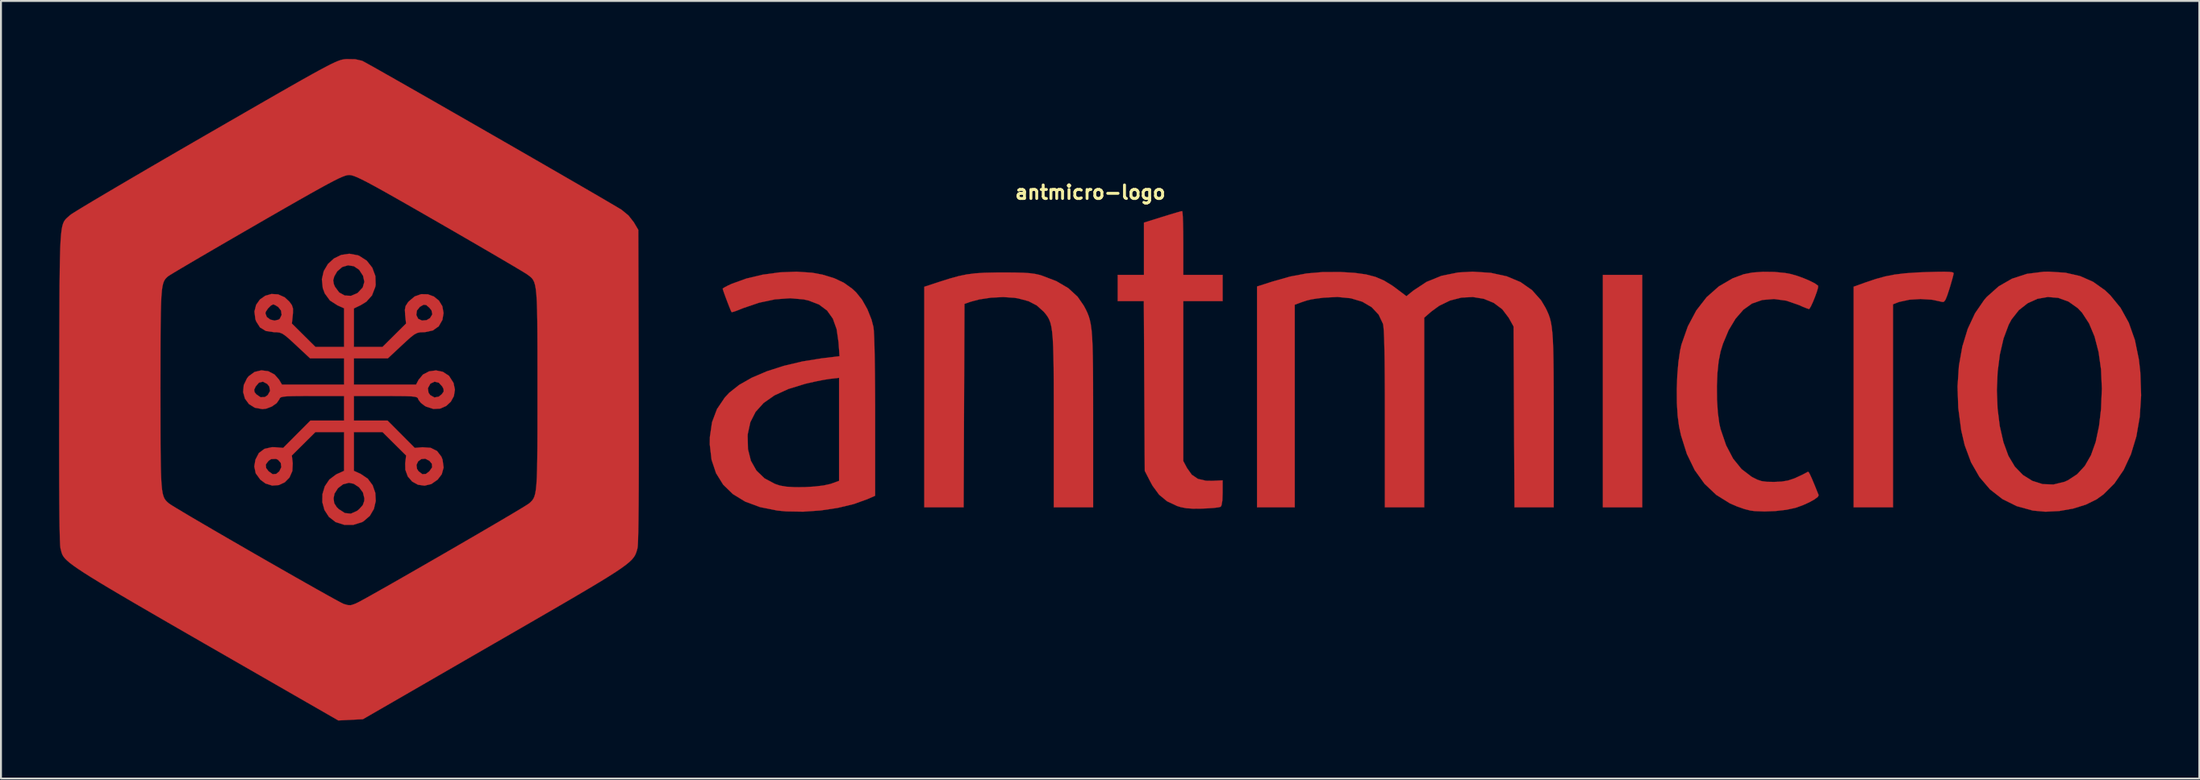
<source format=kicad_pcb>
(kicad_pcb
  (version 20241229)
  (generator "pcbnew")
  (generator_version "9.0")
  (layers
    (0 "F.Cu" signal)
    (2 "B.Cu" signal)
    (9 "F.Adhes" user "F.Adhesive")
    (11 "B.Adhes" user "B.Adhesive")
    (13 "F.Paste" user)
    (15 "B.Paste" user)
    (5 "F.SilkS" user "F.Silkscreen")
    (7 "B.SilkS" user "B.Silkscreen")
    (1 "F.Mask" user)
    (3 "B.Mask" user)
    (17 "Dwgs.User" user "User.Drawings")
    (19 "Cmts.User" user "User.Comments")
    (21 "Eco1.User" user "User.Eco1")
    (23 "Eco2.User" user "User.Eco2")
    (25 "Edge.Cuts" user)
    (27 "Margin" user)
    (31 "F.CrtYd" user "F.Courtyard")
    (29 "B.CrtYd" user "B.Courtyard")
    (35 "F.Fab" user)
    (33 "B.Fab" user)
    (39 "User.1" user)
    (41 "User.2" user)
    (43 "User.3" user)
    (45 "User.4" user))
  (footprint "antmicro-logo"
    (layer "F.Cu")
    (at 57.004 17.609)
    (property "Reference" "antmicro-logo" (at -7.701 -10.301 0) (layer "F.SilkS") (effects (font (size 0.7 0.7) (thickness 0.15)) (justify left bottom)))
    (fp_poly (pts (xy 24.774 5.579) (xy 22.742 5.579) (xy 22.742 -6.443) (xy 24.774 -6.443) (xy 24.774 5.579)) (stroke (width 0.01) (type solid)) (fill yes) (layer "F.Cu"))
    (fp_poly (pts (xy 40.647 -6.599) (xy 40.799 -6.578) (xy 40.858 -6.542) (xy 40.861 -6.531) (xy 40.837 -6.406) (xy 40.773 -6.165) (xy 40.681 -5.849) (xy 40.638 -5.712) (xy 40.525 -5.366) (xy 40.438 -5.157) (xy 40.363 -5.058) (xy 40.285 -5.042) (xy 40.266 -5.047) (xy 39.739 -5.159) (xy 39.151 -5.196) (xy 38.569 -5.159) (xy 38.058 -5.048) (xy 37.961 -5.014) (xy 37.728 -4.923) (xy 37.728 5.579) (xy 35.696 5.579) (xy 35.696 -5.833) (xy 36.31 -6.053) (xy 36.843 -6.232) (xy 37.331 -6.366) (xy 37.82 -6.461) (xy 38.357 -6.526) (xy 38.987 -6.569) (xy 39.443 -6.587) (xy 39.988 -6.603) (xy 40.383 -6.607) (xy 40.647 -6.599)) (stroke (width 0.01) (type solid)) (fill yes) (layer "F.Cu"))
    (fp_poly (pts (xy 1.028 -9.665) (xy 1.043 -9.441) (xy 1.056 -9.099) (xy 1.064 -8.664) (xy 1.067 -8.163) (xy 1.068 -8.094) (xy 1.068 -6.443) (xy 3.1 -6.443) (xy 3.1 -5.088) (xy 1.068 -5.088) (xy 1.068 3.182) (xy 1.26 3.546) (xy 1.508 3.893) (xy 1.826 4.108) (xy 2.241 4.203) (xy 2.571 4.208) (xy 3.1 4.182) (xy 3.1 4.834) (xy 3.085 5.235) (xy 3.041 5.478) (xy 2.994 5.551) (xy 2.868 5.582) (xy 2.615 5.611) (xy 2.276 5.633) (xy 2.041 5.643) (xy 1.577 5.647) (xy 1.227 5.624) (xy 0.937 5.568) (xy 0.746 5.508) (xy 0.231 5.265) (xy -0.179 4.927) (xy -0.519 4.464) (xy -0.626 4.268) (xy -0.922 3.692) (xy -0.946 -0.698) (xy -0.97 -5.088) (xy -2.319 -5.088) (xy -2.319 -6.443) (xy -0.964 -6.443) (xy -0.964 -9.147) (xy -0.006 -9.446) (xy 0.373 -9.563) (xy 0.691 -9.658) (xy 0.915 -9.722) (xy 1.01 -9.745) (xy 1.028 -9.665)) (stroke (width 0.01) (type solid)) (fill yes) (layer "F.Cu"))
    (fp_poly (pts (xy -7.659 -6.566) (xy -7.208 -6.554) (xy -6.862 -6.531) (xy -6.587 -6.494) (xy -6.351 -6.441) (xy -6.26 -6.414) (xy -5.492 -6.121) (xy -4.872 -5.756) (xy -4.39 -5.313) (xy -4.074 -4.854) (xy -3.972 -4.664) (xy -3.886 -4.484) (xy -3.814 -4.3) (xy -3.755 -4.097) (xy -3.707 -3.86) (xy -3.669 -3.573) (xy -3.641 -3.221) (xy -3.62 -2.791) (xy -3.606 -2.266) (xy -3.597 -1.631) (xy -3.592 -0.872) (xy -3.59 0.027) (xy -3.589 1.068) (xy -3.589 5.579) (xy -5.621 5.579) (xy -5.621 1.108) (xy -5.622 0.055) (xy -5.624 -0.843) (xy -5.629 -1.599) (xy -5.639 -2.229) (xy -5.654 -2.746) (xy -5.676 -3.165) (xy -5.707 -3.5) (xy -5.747 -3.765) (xy -5.798 -3.974) (xy -5.862 -4.141) (xy -5.939 -4.282) (xy -6.031 -4.409) (xy -6.139 -4.537) (xy -6.146 -4.544) (xy -6.496 -4.86) (xy -6.923 -5.082) (xy -7.463 -5.227) (xy -7.665 -5.259) (xy -8.233 -5.296) (xy -8.861 -5.265) (xy -9.471 -5.174) (xy -9.916 -5.055) (xy -10.235 -4.944) (xy -10.257 0.318) (xy -10.279 5.579) (xy -12.31 5.579) (xy -12.31 -5.829) (xy -11.527 -6.086) (xy -10.988 -6.256) (xy -10.53 -6.382) (xy -10.107 -6.469) (xy -9.675 -6.524) (xy -9.188 -6.555) (xy -8.6 -6.567) (xy -8.246 -6.569) (xy -7.659 -6.566)) (stroke (width 0.01) (type solid)) (fill yes) (layer "F.Cu"))
    (fp_poly (pts (xy 16.95 -6.549) (xy 17.776 -6.369) (xy 18.487 -6.071) (xy 19.079 -5.657) (xy 19.55 -5.128) (xy 19.775 -4.75) (xy 19.865 -4.567) (xy 19.941 -4.391) (xy 20.005 -4.206) (xy 20.057 -3.996) (xy 20.099 -3.748) (xy 20.132 -3.446) (xy 20.158 -3.075) (xy 20.176 -2.62) (xy 20.188 -2.067) (xy 20.196 -1.4) (xy 20.2 -0.603) (xy 20.202 0.337) (xy 20.202 1.096) (xy 20.202 5.579) (xy 18.176 5.579) (xy 18.152 0.902) (xy 18.128 -3.776) (xy 17.881 -4.222) (xy 17.545 -4.666) (xy 17.108 -4.994) (xy 16.594 -5.205) (xy 16.03 -5.298) (xy 15.439 -5.269) (xy 14.847 -5.118) (xy 14.279 -4.841) (xy 13.873 -4.542) (xy 13.513 -4.229) (xy 13.513 5.579) (xy 11.481 5.579) (xy 11.481 0.996) (xy 11.48 -0.154) (xy 11.475 -1.14) (xy 11.468 -1.968) (xy 11.457 -2.643) (xy 11.443 -3.171) (xy 11.425 -3.558) (xy 11.403 -3.808) (xy 11.385 -3.91) (xy 11.158 -4.389) (xy 10.799 -4.772) (xy 10.317 -5.055) (xy 9.725 -5.233) (xy 9.032 -5.301) (xy 8.33 -5.265) (xy 7.947 -5.218) (xy 7.673 -5.174) (xy 7.446 -5.119) (xy 7.206 -5.04) (xy 7.058 -4.986) (xy 6.825 -4.899) (xy 6.825 5.579) (xy 4.878 5.579) (xy 4.878 -5.843) (xy 5.684 -6.101) (xy 6.592 -6.358) (xy 7.441 -6.518) (xy 8.302 -6.592) (xy 9.195 -6.591) (xy 9.913 -6.549) (xy 10.5 -6.468) (xy 10.996 -6.339) (xy 11.438 -6.149) (xy 11.863 -5.889) (xy 12.038 -5.761) (xy 12.594 -5.341) (xy 12.948 -5.628) (xy 13.633 -6.081) (xy 14.403 -6.394) (xy 15.264 -6.568) (xy 16.011 -6.61) (xy 16.95 -6.549)) (stroke (width 0.01) (type solid)) (fill yes) (layer "F.Cu"))
    (fp_poly (pts (xy 46.634 -6.555) (xy 47.391 -6.382) (xy 48.061 -6.086) (xy 48.666 -5.657) (xy 48.946 -5.395) (xy 49.482 -4.739) (xy 49.907 -3.968) (xy 50.222 -3.076) (xy 50.43 -2.059) (xy 50.503 -1.4) (xy 50.544 -0.216) (xy 50.474 0.891) (xy 50.298 1.911) (xy 50.019 2.833) (xy 49.641 3.647) (xy 49.166 4.342) (xy 48.599 4.908) (xy 48.247 5.162) (xy 47.692 5.437) (xy 47.032 5.643) (xy 46.318 5.768) (xy 45.604 5.805) (xy 44.954 5.746) (xy 44.119 5.517) (xy 43.379 5.15) (xy 42.736 4.647) (xy 42.196 4.012) (xy 41.759 3.25) (xy 41.43 2.362) (xy 41.251 1.59) (xy 41.1 0.443) (xy 41.068 -0.478) (xy 43.092 -0.478) (xy 43.129 0.467) (xy 43.242 1.376) (xy 43.432 2.211) (xy 43.689 2.916) (xy 44.02 3.472) (xy 44.44 3.907) (xy 44.927 4.211) (xy 45.46 4.378) (xy 46.019 4.397) (xy 46.58 4.26) (xy 46.767 4.177) (xy 47.243 3.864) (xy 47.637 3.436) (xy 47.954 2.883) (xy 48.198 2.198) (xy 48.372 1.371) (xy 48.474 0.499) (xy 48.517 -0.563) (xy 48.474 -1.552) (xy 48.347 -2.454) (xy 48.14 -3.253) (xy 47.855 -3.935) (xy 47.497 -4.484) (xy 47.275 -4.721) (xy 46.792 -5.063) (xy 46.267 -5.254) (xy 45.725 -5.3) (xy 45.189 -5.206) (xy 44.683 -4.977) (xy 44.229 -4.62) (xy 43.851 -4.14) (xy 43.705 -3.869) (xy 43.438 -3.155) (xy 43.247 -2.326) (xy 43.132 -1.422) (xy 43.092 -0.478) (xy 41.068 -0.478) (xy 41.062 -0.672) (xy 41.132 -1.737) (xy 41.309 -2.735) (xy 41.587 -3.648) (xy 41.965 -4.458) (xy 42.438 -5.148) (xy 42.578 -5.308) (xy 43.186 -5.85) (xy 43.874 -6.246) (xy 44.646 -6.497) (xy 45.507 -6.606) (xy 45.768 -6.611) (xy 46.634 -6.555)) (stroke (width 0.01) (type solid)) (fill yes) (layer "F.Cu"))
    (fp_poly (pts (xy 31.592 -6.597) (xy 32.149 -6.543) (xy 32.459 -6.485) (xy 32.779 -6.393) (xy 33.122 -6.268) (xy 33.444 -6.129) (xy 33.702 -5.997) (xy 33.849 -5.889) (xy 33.861 -5.873) (xy 33.852 -5.768) (xy 33.791 -5.561) (xy 33.697 -5.301) (xy 33.59 -5.037) (xy 33.488 -4.818) (xy 33.411 -4.691) (xy 33.391 -4.677) (xy 33.286 -4.708) (xy 33.078 -4.791) (xy 32.868 -4.884) (xy 32.22 -5.109) (xy 31.579 -5.196) (xy 30.974 -5.145) (xy 30.443 -4.96) (xy 30 -4.643) (xy 29.594 -4.177) (xy 29.238 -3.584) (xy 28.944 -2.881) (xy 28.819 -2.476) (xy 28.721 -1.977) (xy 28.658 -1.362) (xy 28.63 -0.683) (xy 28.637 0.012) (xy 28.679 0.672) (xy 28.756 1.246) (xy 28.82 1.529) (xy 29.107 2.37) (xy 29.468 3.06) (xy 29.905 3.6) (xy 30.418 3.993) (xy 30.458 4.016) (xy 30.717 4.147) (xy 30.946 4.223) (xy 31.208 4.257) (xy 31.572 4.264) (xy 31.59 4.264) (xy 31.971 4.247) (xy 32.306 4.191) (xy 32.645 4.078) (xy 33.04 3.895) (xy 33.336 3.738) (xy 33.373 3.762) (xy 33.437 3.873) (xy 33.536 4.089) (xy 33.678 4.427) (xy 33.87 4.905) (xy 33.889 4.95) (xy 33.841 5.042) (xy 33.669 5.169) (xy 33.407 5.315) (xy 33.091 5.459) (xy 32.756 5.583) (xy 32.669 5.609) (xy 32.213 5.706) (xy 31.665 5.769) (xy 31.096 5.792) (xy 30.579 5.772) (xy 30.362 5.744) (xy 30.045 5.663) (xy 29.663 5.529) (xy 29.304 5.373) (xy 28.601 4.936) (xy 27.994 4.362) (xy 27.486 3.654) (xy 27.08 2.817) (xy 26.777 1.855) (xy 26.676 1.386) (xy 26.603 0.832) (xy 26.564 0.175) (xy 26.559 -0.537) (xy 26.586 -1.256) (xy 26.643 -1.934) (xy 26.729 -2.525) (xy 26.802 -2.845) (xy 27.131 -3.782) (xy 27.565 -4.599) (xy 28.1 -5.289) (xy 28.729 -5.846) (xy 29.446 -6.265) (xy 30.018 -6.477) (xy 30.463 -6.564) (xy 31.009 -6.604) (xy 31.592 -6.597)) (stroke (width 0.01) (type solid)) (fill yes) (layer "F.Cu"))
    (fp_poly (pts (xy -18.101 -6.555) (xy -17.565 -6.455) (xy -16.957 -6.268) (xy -16.466 -6.037) (xy -16.042 -5.734) (xy -15.833 -5.541) (xy -15.525 -5.157) (xy -15.249 -4.665) (xy -15.035 -4.127) (xy -14.936 -3.743) (xy -14.917 -3.552) (xy -14.899 -3.207) (xy -14.884 -2.72) (xy -14.871 -2.106) (xy -14.861 -1.379) (xy -14.854 -0.553) (xy -14.85 0.358) (xy -14.85 0.846) (xy -14.85 4.979) (xy -15.247 5.154) (xy -15.957 5.41) (xy -16.78 5.607) (xy -17.667 5.74) (xy -18.57 5.803) (xy -19.439 5.789) (xy -19.897 5.745) (xy -20.795 5.566) (xy -21.563 5.281) (xy -22.198 4.893) (xy -22.7 4.403) (xy -23.067 3.812) (xy -23.298 3.122) (xy -23.39 2.335) (xy -23.386 1.941) (xy -23.375 1.866) (xy -21.435 1.866) (xy -21.419 2.566) (xy -21.267 3.172) (xy -20.981 3.677) (xy -20.566 4.077) (xy -20.024 4.367) (xy -19.765 4.453) (xy -19.433 4.51) (xy -18.99 4.536) (xy -18.487 4.533) (xy -17.98 4.503) (xy -17.522 4.448) (xy -17.166 4.371) (xy -17.115 4.354) (xy -16.712 4.209) (xy -16.712 -1.121) (xy -17.199 -1.063) (xy -17.51 -1.014) (xy -17.912 -0.935) (xy -18.334 -0.84) (xy -18.467 -0.808) (xy -19.335 -0.541) (xy -20.048 -0.213) (xy -20.609 0.179) (xy -21.024 0.64) (xy -21.295 1.173) (xy -21.428 1.782) (xy -21.435 1.866) (xy -23.375 1.866) (xy -23.275 1.178) (xy -23.02 0.5) (xy -22.615 -0.101) (xy -22.385 -0.348) (xy -21.875 -0.752) (xy -21.22 -1.125) (xy -20.441 -1.458) (xy -19.56 -1.741) (xy -18.6 -1.968) (xy -17.582 -2.131) (xy -17.567 -2.132) (xy -16.689 -2.239) (xy -16.74 -2.958) (xy -16.838 -3.636) (xy -17.033 -4.18) (xy -17.333 -4.601) (xy -17.748 -4.91) (xy -18.285 -5.117) (xy -18.542 -5.175) (xy -19.242 -5.236) (xy -20.02 -5.178) (xy -20.84 -5.005) (xy -21.665 -4.725) (xy -21.738 -4.695) (xy -21.998 -4.592) (xy -22.189 -4.528) (xy -22.265 -4.517) (xy -22.308 -4.606) (xy -22.389 -4.805) (xy -22.49 -5.065) (xy -22.591 -5.335) (xy -22.674 -5.567) (xy -22.72 -5.71) (xy -22.724 -5.73) (xy -22.653 -5.785) (xy -22.469 -5.883) (xy -22.262 -5.979) (xy -21.502 -6.254) (xy -20.659 -6.454) (xy -19.781 -6.574) (xy -18.912 -6.609) (xy -18.101 -6.555)) (stroke (width 0.01) (type solid)) (fill yes) (layer "F.Cu"))
    (fp_poly (pts (xy -41.703 -17.596) (xy -41.353 -17.516) (xy -41.347 -17.514) (xy -41.237 -17.456) (xy -40.993 -17.321) (xy -40.628 -17.117) (xy -40.156 -16.849) (xy -39.589 -16.527) (xy -38.94 -16.157) (xy -38.222 -15.747) (xy -37.448 -15.304) (xy -36.631 -14.835) (xy -35.784 -14.349) (xy -34.919 -13.852) (xy -34.051 -13.353) (xy -33.19 -12.857) (xy -32.352 -12.374) (xy -31.548 -11.91) (xy -30.791 -11.472) (xy -30.095 -11.069) (xy -29.472 -10.707) (xy -28.936 -10.395) (xy -28.498 -10.138) (xy -28.173 -9.946) (xy -27.972 -9.825) (xy -27.949 -9.811) (xy -27.59 -9.516) (xy -27.314 -9.163) (xy -27.084 -8.772) (xy -27.061 -0.701) (xy -27.058 0.843) (xy -27.057 2.236) (xy -27.058 3.477) (xy -27.061 4.562) (xy -27.067 5.49) (xy -27.075 6.259) (xy -27.085 6.866) (xy -27.097 7.31) (xy -27.112 7.589) (xy -27.125 7.689) (xy -27.159 7.817) (xy -27.196 7.933) (xy -27.244 8.044) (xy -27.312 8.155) (xy -27.408 8.273) (xy -27.542 8.403) (xy -27.722 8.551) (xy -27.957 8.723) (xy -28.256 8.925) (xy -28.628 9.162) (xy -29.081 9.441) (xy -29.624 9.767) (xy -30.266 10.146) (xy -31.016 10.585) (xy -31.883 11.088) (xy -32.874 11.662) (xy -34 12.313) (xy -34.502 12.602) (xy -41.308 16.535) (xy -41.943 16.568) (xy -42.578 16.6) (xy -45.076 15.164) (xy -46.605 14.284) (xy -47.995 13.485) (xy -49.252 12.762) (xy -50.382 12.111) (xy -51.393 11.528) (xy -52.291 11.007) (xy -53.084 10.546) (xy -53.778 10.139) (xy -54.379 9.783) (xy -54.895 9.473) (xy -55.333 9.204) (xy -55.699 8.973) (xy -56 8.775) (xy -56.242 8.607) (xy -56.434 8.462) (xy -56.58 8.338) (xy -56.69 8.231) (xy -56.768 8.135) (xy -56.822 8.046) (xy -56.859 7.96) (xy -56.885 7.874) (xy -56.908 7.782) (xy -56.931 7.689) (xy -56.947 7.541) (xy -56.961 7.225) (xy -56.973 6.744) (xy -56.983 6.1) (xy -56.99 5.294) (xy -56.995 4.33) (xy -56.998 3.208) (xy -56.999 1.932) (xy -56.997 0.502) (xy -56.995 -0.517) (xy -51.765 -0.517) (xy -51.764 0.584) (xy -51.763 1.528) (xy -51.761 2.329) (xy -51.755 2.999) (xy -51.746 3.552) (xy -51.732 3.999) (xy -51.712 4.356) (xy -51.686 4.633) (xy -51.653 4.845) (xy -51.61 5.003) (xy -51.559 5.122) (xy -51.497 5.214) (xy -51.424 5.292) (xy -51.338 5.368) (xy -51.331 5.374) (xy -51.217 5.452) (xy -50.973 5.603) (xy -50.615 5.818) (xy -50.157 6.09) (xy -49.617 6.407) (xy -49.01 6.762) (xy -48.352 7.144) (xy -47.659 7.545) (xy -46.947 7.956) (xy -46.232 8.367) (xy -45.529 8.769) (xy -44.856 9.154) (xy -44.227 9.511) (xy -43.659 9.832) (xy -43.168 10.107) (xy -42.77 10.328) (xy -42.48 10.485) (xy -42.314 10.568) (xy -42.288 10.579) (xy -42.078 10.636) (xy -41.931 10.639) (xy -41.758 10.584) (xy -41.654 10.541) (xy -41.513 10.47) (xy -41.245 10.325) (xy -40.865 10.114) (xy -40.391 9.846) (xy -39.836 9.532) (xy -39.219 9.179) (xy -38.555 8.798) (xy -37.86 8.398) (xy -37.149 7.988) (xy -36.44 7.577) (xy -35.748 7.175) (xy -35.089 6.791) (xy -34.479 6.434) (xy -33.935 6.113) (xy -33.471 5.838) (xy -33.105 5.618) (xy -32.853 5.462) (xy -32.729 5.38) (xy -32.725 5.376) (xy -32.638 5.299) (xy -32.564 5.221) (xy -32.501 5.13) (xy -32.449 5.013) (xy -32.406 4.858) (xy -32.372 4.651) (xy -32.345 4.379) (xy -32.325 4.03) (xy -32.311 3.589) (xy -32.301 3.046) (xy -32.295 2.386) (xy -32.292 1.596) (xy -32.291 0.664) (xy -32.291 -0.423) (xy -32.291 -0.517) (xy -32.291 -1.622) (xy -32.292 -2.571) (xy -32.295 -3.376) (xy -32.3 -4.051) (xy -32.31 -4.607) (xy -32.325 -5.059) (xy -32.347 -5.418) (xy -32.376 -5.698) (xy -32.414 -5.912) (xy -32.461 -6.071) (xy -32.52 -6.191) (xy -32.59 -6.282) (xy -32.674 -6.358) (xy -32.772 -6.432) (xy -32.811 -6.461) (xy -32.936 -6.541) (xy -33.193 -6.697) (xy -33.569 -6.921) (xy -34.049 -7.204) (xy -34.621 -7.539) (xy -35.269 -7.917) (xy -35.98 -8.33) (xy -36.739 -8.77) (xy -37.379 -9.139) (xy -38.294 -9.666) (xy -39.075 -10.113) (xy -39.732 -10.487) (xy -40.279 -10.795) (xy -40.726 -11.042) (xy -41.086 -11.235) (xy -41.37 -11.38) (xy -41.59 -11.484) (xy -41.758 -11.552) (xy -41.885 -11.591) (xy -41.983 -11.607) (xy -42.019 -11.608) (xy -42.107 -11.6) (xy -42.22 -11.572) (xy -42.367 -11.517) (xy -42.562 -11.431) (xy -42.814 -11.305) (xy -43.137 -11.135) (xy -43.541 -10.914) (xy -44.038 -10.636) (xy -44.64 -10.295) (xy -45.357 -9.885) (xy -46.203 -9.399) (xy -46.794 -9.057) (xy -47.59 -8.597) (xy -48.346 -8.159) (xy -49.047 -7.751) (xy -49.681 -7.381) (xy -50.234 -7.056) (xy -50.693 -6.785) (xy -51.045 -6.575) (xy -51.277 -6.433) (xy -51.374 -6.369) (xy -51.452 -6.299) (xy -51.519 -6.225) (xy -51.575 -6.134) (xy -51.622 -6.013) (xy -51.661 -5.85) (xy -51.692 -5.631) (xy -51.716 -5.344) (xy -51.734 -4.975) (xy -51.747 -4.513) (xy -51.756 -3.943) (xy -51.761 -3.254) (xy -51.763 -2.432) (xy -51.764 -1.464) (xy -51.765 -0.517) (xy -56.995 -0.517) (xy -56.994 -0.701) (xy -56.991 -2.073) (xy -56.988 -3.286) (xy -56.984 -4.35) (xy -56.98 -5.276) (xy -56.975 -6.074) (xy -56.967 -6.754) (xy -56.956 -7.327) (xy -56.943 -7.803) (xy -56.925 -8.192) (xy -56.902 -8.505) (xy -56.874 -8.752) (xy -56.84 -8.943) (xy -56.799 -9.089) (xy -56.751 -9.2) (xy -56.695 -9.286) (xy -56.63 -9.357) (xy -56.556 -9.425) (xy -56.473 -9.499) (xy -56.437 -9.532) (xy -56.329 -9.608) (xy -56.085 -9.761) (xy -55.716 -9.986) (xy -55.232 -10.277) (xy -54.644 -10.626) (xy -53.963 -11.028) (xy -53.2 -11.476) (xy -52.365 -11.965) (xy -51.469 -12.487) (xy -50.523 -13.036) (xy -49.538 -13.606) (xy -49.433 -13.667) (xy -48.284 -14.33) (xy -47.272 -14.914) (xy -46.388 -15.423) (xy -45.622 -15.863) (xy -44.965 -16.238) (xy -44.407 -16.555) (xy -43.938 -16.817) (xy -43.549 -17.031) (xy -43.231 -17.201) (xy -42.974 -17.333) (xy -42.769 -17.431) (xy -42.605 -17.501) (xy -42.475 -17.548) (xy -42.367 -17.577) (xy -42.273 -17.593) (xy -42.183 -17.602) (xy -42.157 -17.604) (xy -41.703 -17.596)) (stroke (width 0.01) (type solid)) (fill yes) (layer "F.Cu"))
    (fp_poly (pts (xy -41.572 -7.457) (xy -41.496 -7.427) (xy -41.107 -7.175) (xy -40.824 -6.815) (xy -40.665 -6.387) (xy -40.65 -5.928) (xy -40.671 -5.815) (xy -40.839 -5.381) (xy -41.13 -5.056) (xy -41.423 -4.877) (xy -41.774 -4.708) (xy -41.774 -2.718) (xy -40.296 -2.718) (xy -39.688 -3.322) (xy -39.079 -3.927) (xy -39.124 -4.362) (xy -39.125 -4.371) (xy -38.55 -4.371) (xy -38.455 -4.174) (xy -38.258 -4.082) (xy -38.019 -4.102) (xy -37.843 -4.206) (xy -37.722 -4.404) (xy -37.764 -4.607) (xy -37.879 -4.75) (xy -38.04 -4.886) (xy -38.174 -4.9) (xy -38.355 -4.797) (xy -38.368 -4.787) (xy -38.518 -4.6) (xy -38.55 -4.371) (xy -39.125 -4.371) (xy -39.14 -4.641) (xy -39.103 -4.831) (xy -38.992 -5.006) (xy -38.942 -5.068) (xy -38.634 -5.328) (xy -38.296 -5.447) (xy -37.955 -5.44) (xy -37.641 -5.323) (xy -37.381 -5.112) (xy -37.205 -4.822) (xy -37.142 -4.469) (xy -37.201 -4.117) (xy -37.392 -3.783) (xy -37.698 -3.569) (xy -38.106 -3.481) (xy -38.176 -3.48) (xy -38.352 -3.474) (xy -38.499 -3.442) (xy -38.649 -3.365) (xy -38.835 -3.223) (xy -39.09 -2.995) (xy -39.297 -2.802) (xy -40.021 -2.125) (xy -41.774 -2.125) (xy -41.774 -0.771) (xy -38.561 -0.771) (xy -38.435 -1.013) (xy -38.206 -1.289) (xy -37.89 -1.454) (xy -37.533 -1.503) (xy -37.179 -1.431) (xy -36.876 -1.232) (xy -36.847 -1.201) (xy -36.628 -0.858) (xy -36.555 -0.508) (xy -36.608 -0.176) (xy -36.766 0.114) (xy -37.009 0.338) (xy -37.317 0.472) (xy -37.669 0.49) (xy -38.045 0.369) (xy -38.121 0.326) (xy -38.317 0.172) (xy -38.438 0.015) (xy -38.448 -0.013) (xy -38.472 -0.07) (xy -38.524 -0.112) (xy -38.626 -0.141) (xy -38.802 -0.16) (xy -39.074 -0.171) (xy -39.466 -0.176) (xy -39.999 -0.178) (xy -40.133 -0.178) (xy -41.774 -0.178) (xy -41.774 1.092) (xy -40.034 1.092) (xy -38.629 2.505) (xy -38.233 2.471) (xy -37.808 2.501) (xy -37.478 2.666) (xy -37.254 2.959) (xy -37.195 3.112) (xy -37.138 3.517) (xy -37.235 3.867) (xy -37.447 4.145) (xy -37.775 4.374) (xy -38.124 4.457) (xy -38.462 4.41) (xy -38.761 4.247) (xy -38.989 3.984) (xy -39.116 3.636) (xy -39.121 3.382) (xy -38.54 3.382) (xy -38.513 3.592) (xy -38.432 3.714) (xy -38.239 3.863) (xy -38.053 3.851) (xy -37.879 3.717) (xy -37.732 3.51) (xy -37.746 3.325) (xy -37.872 3.173) (xy -38.086 3.063) (xy -38.292 3.083) (xy -38.455 3.201) (xy -38.54 3.382) (xy -39.121 3.382) (xy -39.123 3.297) (xy -39.076 2.897) (xy -40.296 1.685) (xy -41.774 1.685) (xy -41.774 3.691) (xy -41.425 3.849) (xy -41.058 4.096) (xy -40.806 4.435) (xy -40.668 4.831) (xy -40.645 5.25) (xy -40.739 5.658) (xy -40.951 6.02) (xy -41.281 6.303) (xy -41.356 6.344) (xy -41.799 6.483) (xy -42.271 6.483) (xy -42.71 6.344) (xy -42.718 6.34) (xy -43.065 6.071) (xy -43.293 5.717) (xy -43.404 5.313) (xy -43.401 5.114) (xy -42.824 5.114) (xy -42.789 5.366) (xy -42.66 5.569) (xy -42.551 5.675) (xy -42.238 5.875) (xy -41.93 5.905) (xy -41.619 5.767) (xy -41.504 5.675) (xy -41.315 5.465) (xy -41.239 5.247) (xy -41.232 5.114) (xy -41.308 4.806) (xy -41.507 4.54) (xy -41.782 4.36) (xy -42.028 4.309) (xy -42.332 4.387) (xy -42.596 4.587) (xy -42.774 4.865) (xy -42.824 5.114) (xy -43.401 5.114) (xy -43.397 4.892) (xy -43.276 4.49) (xy -43.04 4.14) (xy -42.691 3.877) (xy -42.631 3.849) (xy -42.282 3.691) (xy -42.282 1.685) (xy -43.76 1.685) (xy -44.98 2.897) (xy -44.933 3.297) (xy -44.954 3.703) (xy -45.101 4.037) (xy -45.344 4.284) (xy -45.651 4.427) (xy -45.994 4.453) (xy -46.341 4.344) (xy -46.608 4.145) (xy -46.844 3.82) (xy -46.919 3.465) (xy -46.901 3.36) (xy -46.324 3.36) (xy -46.308 3.547) (xy -46.177 3.717) (xy -45.97 3.864) (xy -45.786 3.85) (xy -45.629 3.72) (xy -45.523 3.502) (xy -45.551 3.281) (xy -45.698 3.115) (xy -45.8 3.073) (xy -46.05 3.085) (xy -46.18 3.17) (xy -46.324 3.36) (xy -46.901 3.36) (xy -46.86 3.112) (xy -46.681 2.769) (xy -46.392 2.552) (xy -46.005 2.467) (xy -45.823 2.471) (xy -45.427 2.505) (xy -44.021 1.092) (xy -42.282 1.092) (xy -42.282 -0.178) (xy -43.927 -0.178) (xy -44.494 -0.177) (xy -44.914 -0.173) (xy -45.21 -0.164) (xy -45.406 -0.147) (xy -45.524 -0.12) (xy -45.588 -0.081) (xy -45.62 -0.027) (xy -45.628 -0.003) (xy -45.765 0.192) (xy -46.01 0.363) (xy -46.304 0.475) (xy -46.498 0.499) (xy -46.889 0.428) (xy -47.195 0.237) (xy -47.401 -0.044) (xy -47.495 -0.381) (xy -47.485 -0.497) (xy -46.927 -0.497) (xy -46.902 -0.375) (xy -46.817 -0.268) (xy -46.595 -0.115) (xy -46.369 -0.126) (xy -46.225 -0.226) (xy -46.103 -0.444) (xy -46.129 -0.586) (xy -37.951 -0.586) (xy -37.919 -0.349) (xy -37.831 -0.226) (xy -37.614 -0.104) (xy -37.387 -0.147) (xy -37.239 -0.268) (xy -37.136 -0.409) (xy -37.141 -0.536) (xy -37.207 -0.67) (xy -37.387 -0.866) (xy -37.602 -0.921) (xy -37.811 -0.826) (xy -37.826 -0.811) (xy -37.951 -0.586) (xy -46.129 -0.586) (xy -46.145 -0.672) (xy -46.255 -0.807) (xy -46.473 -0.921) (xy -46.679 -0.869) (xy -46.848 -0.67) (xy -46.927 -0.497) (xy -47.485 -0.497) (xy -47.464 -0.743) (xy -47.293 -1.097) (xy -47.209 -1.201) (xy -46.907 -1.422) (xy -46.554 -1.507) (xy -46.194 -1.461) (xy -45.869 -1.288) (xy -45.639 -1.023) (xy -45.49 -0.771) (xy -42.282 -0.771) (xy -42.282 -2.125) (xy -44.035 -2.125) (xy -44.759 -2.802) (xy -45.071 -3.092) (xy -45.295 -3.284) (xy -45.462 -3.4) (xy -45.607 -3.458) (xy -45.763 -3.478) (xy -45.903 -3.48) (xy -46.319 -3.541) (xy -46.624 -3.727) (xy -46.825 -4.044) (xy -46.863 -4.154) (xy -46.9 -4.46) (xy -46.346 -4.46) (xy -46.273 -4.266) (xy -46.094 -4.132) (xy -45.87 -4.078) (xy -45.659 -4.129) (xy -45.601 -4.174) (xy -45.506 -4.374) (xy -45.539 -4.602) (xy -45.687 -4.787) (xy -45.85 -4.886) (xy -45.941 -4.919) (xy -46.064 -4.856) (xy -46.21 -4.709) (xy -46.32 -4.545) (xy -46.346 -4.46) (xy -46.9 -4.46) (xy -46.911 -4.551) (xy -46.823 -4.895) (xy -46.627 -5.171) (xy -46.354 -5.362) (xy -46.031 -5.455) (xy -45.687 -5.435) (xy -45.352 -5.285) (xy -45.114 -5.068) (xy -44.978 -4.881) (xy -44.92 -4.704) (xy -44.922 -4.46) (xy -44.932 -4.362) (xy -44.977 -3.927) (xy -44.368 -3.322) (xy -43.76 -2.718) (xy -42.282 -2.718) (xy -42.282 -4.717) (xy -42.618 -4.866) (xy -43.013 -5.121) (xy -43.279 -5.485) (xy -43.382 -5.765) (xy -43.422 -6.163) (xy -42.843 -6.163) (xy -42.811 -5.969) (xy -42.75 -5.826) (xy -42.534 -5.534) (xy -42.245 -5.375) (xy -41.923 -5.359) (xy -41.604 -5.495) (xy -41.567 -5.523) (xy -41.317 -5.793) (xy -41.233 -6.085) (xy -41.3 -6.394) (xy -41.505 -6.711) (xy -41.776 -6.892) (xy -42.078 -6.938) (xy -42.376 -6.85) (xy -42.635 -6.628) (xy -42.786 -6.368) (xy -42.843 -6.163) (xy -43.422 -6.163) (xy -43.428 -6.22) (xy -43.331 -6.64) (xy -43.116 -7.004) (xy -42.808 -7.289) (xy -42.432 -7.474) (xy -42.011 -7.537) (xy -41.572 -7.457)) (stroke (width 0.01) (type solid)) (fill yes) (layer "F.Cu"))
    (fp_poly (pts (xy 24.774 5.579) (xy 22.742 5.579) (xy 22.742 -6.443) (xy 24.774 -6.443) (xy 24.774 5.579)) (stroke (width 0.01) (type solid)) (fill yes) (layer "F.Mask"))
    (fp_poly (pts (xy 40.647 -6.599) (xy 40.799 -6.578) (xy 40.858 -6.542) (xy 40.861 -6.531) (xy 40.837 -6.406) (xy 40.773 -6.165) (xy 40.681 -5.849) (xy 40.638 -5.712) (xy 40.525 -5.366) (xy 40.438 -5.157) (xy 40.363 -5.058) (xy 40.285 -5.042) (xy 40.266 -5.047) (xy 39.739 -5.159) (xy 39.151 -5.196) (xy 38.569 -5.159) (xy 38.058 -5.048) (xy 37.961 -5.014) (xy 37.728 -4.923) (xy 37.728 5.579) (xy 35.696 5.579) (xy 35.696 -5.833) (xy 36.31 -6.053) (xy 36.843 -6.232) (xy 37.331 -6.366) (xy 37.82 -6.461) (xy 38.357 -6.526) (xy 38.987 -6.569) (xy 39.443 -6.587) (xy 39.988 -6.603) (xy 40.383 -6.607) (xy 40.647 -6.599)) (stroke (width 0.01) (type solid)) (fill yes) (layer "F.Mask"))
    (fp_poly (pts (xy 1.028 -9.665) (xy 1.043 -9.441) (xy 1.056 -9.099) (xy 1.064 -8.664) (xy 1.067 -8.163) (xy 1.068 -8.094) (xy 1.068 -6.443) (xy 3.1 -6.443) (xy 3.1 -5.088) (xy 1.068 -5.088) (xy 1.068 3.182) (xy 1.26 3.546) (xy 1.508 3.893) (xy 1.826 4.108) (xy 2.241 4.203) (xy 2.571 4.208) (xy 3.1 4.182) (xy 3.1 4.834) (xy 3.085 5.235) (xy 3.041 5.478) (xy 2.994 5.551) (xy 2.868 5.582) (xy 2.615 5.611) (xy 2.276 5.633) (xy 2.041 5.643) (xy 1.577 5.647) (xy 1.227 5.624) (xy 0.937 5.568) (xy 0.746 5.508) (xy 0.231 5.265) (xy -0.179 4.927) (xy -0.519 4.464) (xy -0.626 4.268) (xy -0.922 3.692) (xy -0.946 -0.698) (xy -0.97 -5.088) (xy -2.319 -5.088) (xy -2.319 -6.443) (xy -0.964 -6.443) (xy -0.964 -9.147) (xy -0.006 -9.446) (xy 0.373 -9.563) (xy 0.691 -9.658) (xy 0.915 -9.722) (xy 1.01 -9.745) (xy 1.028 -9.665)) (stroke (width 0.01) (type solid)) (fill yes) (layer "F.Mask"))
    (fp_poly (pts (xy -7.659 -6.566) (xy -7.208 -6.554) (xy -6.862 -6.531) (xy -6.587 -6.494) (xy -6.351 -6.441) (xy -6.26 -6.414) (xy -5.492 -6.121) (xy -4.872 -5.756) (xy -4.39 -5.313) (xy -4.074 -4.854) (xy -3.972 -4.664) (xy -3.886 -4.484) (xy -3.814 -4.3) (xy -3.755 -4.097) (xy -3.707 -3.86) (xy -3.669 -3.573) (xy -3.641 -3.221) (xy -3.62 -2.791) (xy -3.606 -2.266) (xy -3.597 -1.631) (xy -3.592 -0.872) (xy -3.59 0.027) (xy -3.589 1.068) (xy -3.589 5.579) (xy -5.621 5.579) (xy -5.621 1.108) (xy -5.622 0.055) (xy -5.624 -0.843) (xy -5.629 -1.599) (xy -5.639 -2.229) (xy -5.654 -2.746) (xy -5.676 -3.165) (xy -5.707 -3.5) (xy -5.747 -3.765) (xy -5.798 -3.974) (xy -5.862 -4.141) (xy -5.939 -4.282) (xy -6.031 -4.409) (xy -6.139 -4.537) (xy -6.146 -4.544) (xy -6.496 -4.86) (xy -6.923 -5.082) (xy -7.463 -5.227) (xy -7.665 -5.259) (xy -8.233 -5.296) (xy -8.861 -5.265) (xy -9.471 -5.174) (xy -9.916 -5.055) (xy -10.235 -4.944) (xy -10.257 0.318) (xy -10.279 5.579) (xy -12.31 5.579) (xy -12.31 -5.829) (xy -11.527 -6.086) (xy -10.988 -6.256) (xy -10.53 -6.382) (xy -10.107 -6.469) (xy -9.675 -6.524) (xy -9.188 -6.555) (xy -8.6 -6.567) (xy -8.246 -6.569) (xy -7.659 -6.566)) (stroke (width 0.01) (type solid)) (fill yes) (layer "F.Mask"))
    (fp_poly (pts (xy 16.95 -6.549) (xy 17.776 -6.369) (xy 18.487 -6.071) (xy 19.079 -5.657) (xy 19.55 -5.128) (xy 19.775 -4.75) (xy 19.865 -4.567) (xy 19.941 -4.391) (xy 20.005 -4.206) (xy 20.057 -3.996) (xy 20.099 -3.748) (xy 20.132 -3.446) (xy 20.158 -3.075) (xy 20.176 -2.62) (xy 20.188 -2.067) (xy 20.196 -1.4) (xy 20.2 -0.603) (xy 20.202 0.337) (xy 20.202 1.096) (xy 20.202 5.579) (xy 18.176 5.579) (xy 18.152 0.902) (xy 18.128 -3.776) (xy 17.881 -4.222) (xy 17.545 -4.666) (xy 17.108 -4.994) (xy 16.594 -5.205) (xy 16.03 -5.298) (xy 15.439 -5.269) (xy 14.847 -5.118) (xy 14.279 -4.841) (xy 13.873 -4.542) (xy 13.513 -4.229) (xy 13.513 5.579) (xy 11.481 5.579) (xy 11.481 0.996) (xy 11.48 -0.154) (xy 11.475 -1.14) (xy 11.468 -1.968) (xy 11.457 -2.643) (xy 11.443 -3.171) (xy 11.425 -3.558) (xy 11.403 -3.808) (xy 11.385 -3.91) (xy 11.158 -4.389) (xy 10.799 -4.772) (xy 10.317 -5.055) (xy 9.725 -5.233) (xy 9.032 -5.301) (xy 8.33 -5.265) (xy 7.947 -5.218) (xy 7.673 -5.174) (xy 7.446 -5.119) (xy 7.206 -5.04) (xy 7.058 -4.986) (xy 6.825 -4.899) (xy 6.825 5.579) (xy 4.878 5.579) (xy 4.878 -5.843) (xy 5.684 -6.101) (xy 6.592 -6.358) (xy 7.441 -6.518) (xy 8.302 -6.592) (xy 9.195 -6.591) (xy 9.913 -6.549) (xy 10.5 -6.468) (xy 10.996 -6.339) (xy 11.438 -6.149) (xy 11.863 -5.889) (xy 12.038 -5.761) (xy 12.594 -5.341) (xy 12.948 -5.628) (xy 13.633 -6.081) (xy 14.403 -6.394) (xy 15.264 -6.568) (xy 16.011 -6.61) (xy 16.95 -6.549)) (stroke (width 0.01) (type solid)) (fill yes) (layer "F.Mask"))
    (fp_poly (pts (xy 46.634 -6.555) (xy 47.391 -6.382) (xy 48.061 -6.086) (xy 48.666 -5.657) (xy 48.946 -5.395) (xy 49.482 -4.739) (xy 49.907 -3.968) (xy 50.222 -3.076) (xy 50.43 -2.059) (xy 50.503 -1.4) (xy 50.544 -0.216) (xy 50.474 0.891) (xy 50.298 1.911) (xy 50.019 2.833) (xy 49.641 3.647) (xy 49.166 4.342) (xy 48.599 4.908) (xy 48.247 5.162) (xy 47.692 5.437) (xy 47.032 5.643) (xy 46.318 5.768) (xy 45.604 5.805) (xy 44.954 5.746) (xy 44.119 5.517) (xy 43.379 5.15) (xy 42.736 4.647) (xy 42.196 4.012) (xy 41.759 3.25) (xy 41.43 2.362) (xy 41.251 1.59) (xy 41.1 0.443) (xy 41.068 -0.478) (xy 43.092 -0.478) (xy 43.129 0.467) (xy 43.242 1.376) (xy 43.432 2.211) (xy 43.689 2.916) (xy 44.02 3.472) (xy 44.44 3.907) (xy 44.927 4.211) (xy 45.46 4.378) (xy 46.019 4.397) (xy 46.58 4.26) (xy 46.767 4.177) (xy 47.243 3.864) (xy 47.637 3.436) (xy 47.954 2.883) (xy 48.198 2.198) (xy 48.372 1.371) (xy 48.474 0.499) (xy 48.517 -0.563) (xy 48.474 -1.552) (xy 48.347 -2.454) (xy 48.14 -3.253) (xy 47.855 -3.935) (xy 47.497 -4.484) (xy 47.275 -4.721) (xy 46.792 -5.063) (xy 46.267 -5.254) (xy 45.725 -5.3) (xy 45.189 -5.206) (xy 44.683 -4.977) (xy 44.229 -4.62) (xy 43.851 -4.14) (xy 43.705 -3.869) (xy 43.438 -3.155) (xy 43.247 -2.326) (xy 43.132 -1.422) (xy 43.092 -0.478) (xy 41.068 -0.478) (xy 41.062 -0.672) (xy 41.132 -1.737) (xy 41.309 -2.735) (xy 41.587 -3.648) (xy 41.965 -4.458) (xy 42.438 -5.148) (xy 42.578 -5.308) (xy 43.186 -5.85) (xy 43.874 -6.246) (xy 44.646 -6.497) (xy 45.507 -6.606) (xy 45.768 -6.611) (xy 46.634 -6.555)) (stroke (width 0.01) (type solid)) (fill yes) (layer "F.Mask"))
    (fp_poly (pts (xy 31.592 -6.597) (xy 32.149 -6.543) (xy 32.459 -6.485) (xy 32.779 -6.393) (xy 33.122 -6.268) (xy 33.444 -6.129) (xy 33.702 -5.997) (xy 33.849 -5.889) (xy 33.861 -5.873) (xy 33.852 -5.768) (xy 33.791 -5.561) (xy 33.697 -5.301) (xy 33.59 -5.037) (xy 33.488 -4.818) (xy 33.411 -4.691) (xy 33.391 -4.677) (xy 33.286 -4.708) (xy 33.078 -4.791) (xy 32.868 -4.884) (xy 32.22 -5.109) (xy 31.579 -5.196) (xy 30.974 -5.145) (xy 30.443 -4.96) (xy 30 -4.643) (xy 29.594 -4.177) (xy 29.238 -3.584) (xy 28.944 -2.881) (xy 28.819 -2.476) (xy 28.721 -1.977) (xy 28.658 -1.362) (xy 28.63 -0.683) (xy 28.637 0.012) (xy 28.679 0.672) (xy 28.756 1.246) (xy 28.82 1.529) (xy 29.107 2.37) (xy 29.468 3.06) (xy 29.905 3.6) (xy 30.418 3.993) (xy 30.458 4.016) (xy 30.717 4.147) (xy 30.946 4.223) (xy 31.208 4.257) (xy 31.572 4.264) (xy 31.59 4.264) (xy 31.971 4.247) (xy 32.306 4.191) (xy 32.645 4.078) (xy 33.04 3.895) (xy 33.336 3.738) (xy 33.373 3.762) (xy 33.437 3.873) (xy 33.536 4.089) (xy 33.678 4.427) (xy 33.87 4.905) (xy 33.889 4.95) (xy 33.841 5.042) (xy 33.669 5.169) (xy 33.407 5.315) (xy 33.091 5.459) (xy 32.756 5.583) (xy 32.669 5.609) (xy 32.213 5.706) (xy 31.665 5.769) (xy 31.096 5.792) (xy 30.579 5.772) (xy 30.362 5.744) (xy 30.045 5.663) (xy 29.663 5.529) (xy 29.304 5.373) (xy 28.601 4.936) (xy 27.994 4.362) (xy 27.486 3.654) (xy 27.08 2.817) (xy 26.777 1.855) (xy 26.676 1.386) (xy 26.603 0.832) (xy 26.564 0.175) (xy 26.559 -0.537) (xy 26.586 -1.256) (xy 26.643 -1.934) (xy 26.729 -2.525) (xy 26.802 -2.845) (xy 27.131 -3.782) (xy 27.565 -4.599) (xy 28.1 -5.289) (xy 28.729 -5.846) (xy 29.446 -6.265) (xy 30.018 -6.477) (xy 30.463 -6.564) (xy 31.009 -6.604) (xy 31.592 -6.597)) (stroke (width 0.01) (type solid)) (fill yes) (layer "F.Mask"))
    (fp_poly (pts (xy -18.101 -6.555) (xy -17.565 -6.455) (xy -16.957 -6.268) (xy -16.466 -6.037) (xy -16.042 -5.734) (xy -15.833 -5.541) (xy -15.525 -5.157) (xy -15.249 -4.665) (xy -15.035 -4.127) (xy -14.936 -3.743) (xy -14.917 -3.552) (xy -14.899 -3.207) (xy -14.884 -2.72) (xy -14.871 -2.106) (xy -14.861 -1.379) (xy -14.854 -0.553) (xy -14.85 0.358) (xy -14.85 0.846) (xy -14.85 4.979) (xy -15.247 5.154) (xy -15.957 5.41) (xy -16.78 5.607) (xy -17.667 5.74) (xy -18.57 5.803) (xy -19.439 5.789) (xy -19.897 5.745) (xy -20.795 5.566) (xy -21.563 5.281) (xy -22.198 4.893) (xy -22.7 4.403) (xy -23.067 3.812) (xy -23.298 3.122) (xy -23.39 2.335) (xy -23.386 1.941) (xy -23.375 1.866) (xy -21.435 1.866) (xy -21.419 2.566) (xy -21.267 3.172) (xy -20.981 3.677) (xy -20.566 4.077) (xy -20.024 4.367) (xy -19.765 4.453) (xy -19.433 4.51) (xy -18.99 4.536) (xy -18.487 4.533) (xy -17.98 4.503) (xy -17.522 4.448) (xy -17.166 4.371) (xy -17.115 4.354) (xy -16.712 4.209) (xy -16.712 -1.121) (xy -17.199 -1.063) (xy -17.51 -1.014) (xy -17.912 -0.935) (xy -18.334 -0.84) (xy -18.467 -0.808) (xy -19.335 -0.541) (xy -20.048 -0.213) (xy -20.609 0.179) (xy -21.024 0.64) (xy -21.295 1.173) (xy -21.428 1.782) (xy -21.435 1.866) (xy -23.375 1.866) (xy -23.275 1.178) (xy -23.02 0.5) (xy -22.615 -0.101) (xy -22.385 -0.348) (xy -21.875 -0.752) (xy -21.22 -1.125) (xy -20.441 -1.458) (xy -19.56 -1.741) (xy -18.6 -1.968) (xy -17.582 -2.131) (xy -17.567 -2.132) (xy -16.689 -2.239) (xy -16.74 -2.958) (xy -16.838 -3.636) (xy -17.033 -4.18) (xy -17.333 -4.601) (xy -17.748 -4.91) (xy -18.285 -5.117) (xy -18.542 -5.175) (xy -19.242 -5.236) (xy -20.02 -5.178) (xy -20.84 -5.005) (xy -21.665 -4.725) (xy -21.738 -4.695) (xy -21.998 -4.592) (xy -22.189 -4.528) (xy -22.265 -4.517) (xy -22.308 -4.606) (xy -22.389 -4.805) (xy -22.49 -5.065) (xy -22.591 -5.335) (xy -22.674 -5.567) (xy -22.72 -5.71) (xy -22.724 -5.73) (xy -22.653 -5.785) (xy -22.469 -5.883) (xy -22.262 -5.979) (xy -21.502 -6.254) (xy -20.659 -6.454) (xy -19.781 -6.574) (xy -18.912 -6.609) (xy -18.101 -6.555)) (stroke (width 0.01) (type solid)) (fill yes) (layer "F.Mask"))
    (fp_poly (pts (xy -41.703 -17.596) (xy -41.353 -17.516) (xy -41.347 -17.514) (xy -41.237 -17.456) (xy -40.993 -17.321) (xy -40.628 -17.117) (xy -40.156 -16.849) (xy -39.589 -16.527) (xy -38.94 -16.157) (xy -38.222 -15.747) (xy -37.448 -15.304) (xy -36.631 -14.835) (xy -35.784 -14.349) (xy -34.919 -13.852) (xy -34.051 -13.353) (xy -33.19 -12.857) (xy -32.352 -12.374) (xy -31.548 -11.91) (xy -30.791 -11.472) (xy -30.095 -11.069) (xy -29.472 -10.707) (xy -28.936 -10.395) (xy -28.498 -10.138) (xy -28.173 -9.946) (xy -27.972 -9.825) (xy -27.949 -9.811) (xy -27.59 -9.516) (xy -27.314 -9.163) (xy -27.084 -8.772) (xy -27.061 -0.701) (xy -27.058 0.843) (xy -27.057 2.236) (xy -27.058 3.477) (xy -27.061 4.562) (xy -27.067 5.49) (xy -27.075 6.259) (xy -27.085 6.866) (xy -27.097 7.31) (xy -27.112 7.589) (xy -27.125 7.689) (xy -27.159 7.817) (xy -27.196 7.933) (xy -27.244 8.044) (xy -27.312 8.155) (xy -27.408 8.273) (xy -27.542 8.403) (xy -27.722 8.551) (xy -27.957 8.723) (xy -28.256 8.925) (xy -28.628 9.162) (xy -29.081 9.441) (xy -29.624 9.767) (xy -30.266 10.146) (xy -31.016 10.585) (xy -31.883 11.088) (xy -32.874 11.662) (xy -34 12.313) (xy -34.502 12.602) (xy -41.308 16.535) (xy -41.943 16.568) (xy -42.578 16.6) (xy -45.076 15.164) (xy -46.605 14.284) (xy -47.995 13.485) (xy -49.252 12.762) (xy -50.382 12.111) (xy -51.393 11.528) (xy -52.291 11.007) (xy -53.084 10.546) (xy -53.778 10.139) (xy -54.379 9.783) (xy -54.895 9.473) (xy -55.333 9.204) (xy -55.699 8.973) (xy -56 8.775) (xy -56.242 8.607) (xy -56.434 8.462) (xy -56.58 8.338) (xy -56.69 8.231) (xy -56.768 8.135) (xy -56.822 8.046) (xy -56.859 7.96) (xy -56.885 7.874) (xy -56.908 7.782) (xy -56.931 7.689) (xy -56.947 7.541) (xy -56.961 7.225) (xy -56.973 6.744) (xy -56.983 6.1) (xy -56.99 5.294) (xy -56.995 4.33) (xy -56.998 3.208) (xy -56.999 1.932) (xy -56.997 0.502) (xy -56.995 -0.517) (xy -51.765 -0.517) (xy -51.764 0.584) (xy -51.763 1.528) (xy -51.761 2.329) (xy -51.755 2.999) (xy -51.746 3.552) (xy -51.732 3.999) (xy -51.712 4.356) (xy -51.686 4.633) (xy -51.653 4.845) (xy -51.61 5.003) (xy -51.559 5.122) (xy -51.497 5.214) (xy -51.424 5.292) (xy -51.338 5.368) (xy -51.331 5.374) (xy -51.217 5.452) (xy -50.973 5.603) (xy -50.615 5.818) (xy -50.157 6.09) (xy -49.617 6.407) (xy -49.01 6.762) (xy -48.352 7.144) (xy -47.659 7.545) (xy -46.947 7.956) (xy -46.232 8.367) (xy -45.529 8.769) (xy -44.856 9.154) (xy -44.227 9.511) (xy -43.659 9.832) (xy -43.168 10.107) (xy -42.77 10.328) (xy -42.48 10.485) (xy -42.314 10.568) (xy -42.288 10.579) (xy -42.078 10.636) (xy -41.931 10.639) (xy -41.758 10.584) (xy -41.654 10.541) (xy -41.513 10.47) (xy -41.245 10.325) (xy -40.865 10.114) (xy -40.391 9.846) (xy -39.836 9.532) (xy -39.219 9.179) (xy -38.555 8.798) (xy -37.86 8.398) (xy -37.149 7.988) (xy -36.44 7.577) (xy -35.748 7.175) (xy -35.089 6.791) (xy -34.479 6.434) (xy -33.935 6.113) (xy -33.471 5.838) (xy -33.105 5.618) (xy -32.853 5.462) (xy -32.729 5.38) (xy -32.725 5.376) (xy -32.638 5.299) (xy -32.564 5.221) (xy -32.501 5.13) (xy -32.449 5.013) (xy -32.406 4.858) (xy -32.372 4.651) (xy -32.345 4.379) (xy -32.325 4.03) (xy -32.311 3.589) (xy -32.301 3.046) (xy -32.295 2.386) (xy -32.292 1.596) (xy -32.291 0.664) (xy -32.291 -0.423) (xy -32.291 -0.517) (xy -32.291 -1.622) (xy -32.292 -2.571) (xy -32.295 -3.376) (xy -32.3 -4.051) (xy -32.31 -4.607) (xy -32.325 -5.059) (xy -32.347 -5.418) (xy -32.376 -5.698) (xy -32.414 -5.912) (xy -32.461 -6.071) (xy -32.52 -6.191) (xy -32.59 -6.282) (xy -32.674 -6.358) (xy -32.772 -6.432) (xy -32.811 -6.461) (xy -32.936 -6.541) (xy -33.193 -6.697) (xy -33.569 -6.921) (xy -34.049 -7.204) (xy -34.621 -7.539) (xy -35.269 -7.917) (xy -35.98 -8.33) (xy -36.739 -8.77) (xy -37.379 -9.139) (xy -38.294 -9.666) (xy -39.075 -10.113) (xy -39.732 -10.487) (xy -40.279 -10.795) (xy -40.726 -11.042) (xy -41.086 -11.235) (xy -41.37 -11.38) (xy -41.59 -11.484) (xy -41.758 -11.552) (xy -41.885 -11.591) (xy -41.983 -11.607) (xy -42.019 -11.608) (xy -42.107 -11.6) (xy -42.22 -11.572) (xy -42.367 -11.517) (xy -42.562 -11.431) (xy -42.814 -11.305) (xy -43.137 -11.135) (xy -43.541 -10.914) (xy -44.038 -10.636) (xy -44.64 -10.295) (xy -45.357 -9.885) (xy -46.203 -9.399) (xy -46.794 -9.057) (xy -47.59 -8.597) (xy -48.346 -8.159) (xy -49.047 -7.751) (xy -49.681 -7.381) (xy -50.234 -7.056) (xy -50.693 -6.785) (xy -51.045 -6.575) (xy -51.277 -6.433) (xy -51.374 -6.369) (xy -51.452 -6.299) (xy -51.519 -6.225) (xy -51.575 -6.134) (xy -51.622 -6.013) (xy -51.661 -5.85) (xy -51.692 -5.631) (xy -51.716 -5.344) (xy -51.734 -4.975) (xy -51.747 -4.513) (xy -51.756 -3.943) (xy -51.761 -3.254) (xy -51.763 -2.432) (xy -51.764 -1.464) (xy -51.765 -0.517) (xy -56.995 -0.517) (xy -56.994 -0.701) (xy -56.991 -2.073) (xy -56.988 -3.286) (xy -56.984 -4.35) (xy -56.98 -5.276) (xy -56.975 -6.074) (xy -56.967 -6.754) (xy -56.956 -7.327) (xy -56.943 -7.803) (xy -56.925 -8.192) (xy -56.902 -8.505) (xy -56.874 -8.752) (xy -56.84 -8.943) (xy -56.799 -9.089) (xy -56.751 -9.2) (xy -56.695 -9.286) (xy -56.63 -9.357) (xy -56.556 -9.425) (xy -56.473 -9.499) (xy -56.437 -9.532) (xy -56.329 -9.608) (xy -56.085 -9.761) (xy -55.716 -9.986) (xy -55.232 -10.277) (xy -54.644 -10.626) (xy -53.963 -11.028) (xy -53.2 -11.476) (xy -52.365 -11.965) (xy -51.469 -12.487) (xy -50.523 -13.036) (xy -49.538 -13.606) (xy -49.433 -13.667) (xy -48.284 -14.33) (xy -47.272 -14.914) (xy -46.388 -15.423) (xy -45.622 -15.863) (xy -44.965 -16.238) (xy -44.407 -16.555) (xy -43.938 -16.817) (xy -43.549 -17.031) (xy -43.231 -17.201) (xy -42.974 -17.333) (xy -42.769 -17.431) (xy -42.605 -17.501) (xy -42.475 -17.548) (xy -42.367 -17.577) (xy -42.273 -17.593) (xy -42.183 -17.602) (xy -42.157 -17.604) (xy -41.703 -17.596)) (stroke (width 0.01) (type solid)) (fill yes) (layer "F.Mask"))
    (fp_poly (pts (xy -41.572 -7.457) (xy -41.496 -7.427) (xy -41.107 -7.175) (xy -40.824 -6.815) (xy -40.665 -6.387) (xy -40.65 -5.928) (xy -40.671 -5.815) (xy -40.839 -5.381) (xy -41.13 -5.056) (xy -41.423 -4.877) (xy -41.774 -4.708) (xy -41.774 -2.718) (xy -40.296 -2.718) (xy -39.688 -3.322) (xy -39.079 -3.927) (xy -39.124 -4.362) (xy -39.125 -4.371) (xy -38.55 -4.371) (xy -38.455 -4.174) (xy -38.258 -4.082) (xy -38.019 -4.102) (xy -37.843 -4.206) (xy -37.722 -4.404) (xy -37.764 -4.607) (xy -37.879 -4.75) (xy -38.04 -4.886) (xy -38.174 -4.9) (xy -38.355 -4.797) (xy -38.368 -4.787) (xy -38.518 -4.6) (xy -38.55 -4.371) (xy -39.125 -4.371) (xy -39.14 -4.641) (xy -39.103 -4.831) (xy -38.992 -5.006) (xy -38.942 -5.068) (xy -38.634 -5.328) (xy -38.296 -5.447) (xy -37.955 -5.44) (xy -37.641 -5.323) (xy -37.381 -5.112) (xy -37.205 -4.822) (xy -37.142 -4.469) (xy -37.201 -4.117) (xy -37.392 -3.783) (xy -37.698 -3.569) (xy -38.106 -3.481) (xy -38.176 -3.48) (xy -38.352 -3.474) (xy -38.499 -3.442) (xy -38.649 -3.365) (xy -38.835 -3.223) (xy -39.09 -2.995) (xy -39.297 -2.802) (xy -40.021 -2.125) (xy -41.774 -2.125) (xy -41.774 -0.771) (xy -38.561 -0.771) (xy -38.435 -1.013) (xy -38.206 -1.289) (xy -37.89 -1.454) (xy -37.533 -1.503) (xy -37.179 -1.431) (xy -36.876 -1.232) (xy -36.847 -1.201) (xy -36.628 -0.858) (xy -36.555 -0.508) (xy -36.608 -0.176) (xy -36.766 0.114) (xy -37.009 0.338) (xy -37.317 0.472) (xy -37.669 0.49) (xy -38.045 0.369) (xy -38.121 0.326) (xy -38.317 0.172) (xy -38.438 0.015) (xy -38.448 -0.013) (xy -38.472 -0.07) (xy -38.524 -0.112) (xy -38.626 -0.141) (xy -38.802 -0.16) (xy -39.074 -0.171) (xy -39.466 -0.176) (xy -39.999 -0.178) (xy -40.133 -0.178) (xy -41.774 -0.178) (xy -41.774 1.092) (xy -40.034 1.092) (xy -38.629 2.505) (xy -38.233 2.471) (xy -37.808 2.501) (xy -37.478 2.666) (xy -37.254 2.959) (xy -37.195 3.112) (xy -37.138 3.517) (xy -37.235 3.867) (xy -37.447 4.145) (xy -37.775 4.374) (xy -38.124 4.457) (xy -38.462 4.41) (xy -38.761 4.247) (xy -38.989 3.984) (xy -39.116 3.636) (xy -39.121 3.382) (xy -38.54 3.382) (xy -38.513 3.592) (xy -38.432 3.714) (xy -38.239 3.863) (xy -38.053 3.851) (xy -37.879 3.717) (xy -37.732 3.51) (xy -37.746 3.325) (xy -37.872 3.173) (xy -38.086 3.063) (xy -38.292 3.083) (xy -38.455 3.201) (xy -38.54 3.382) (xy -39.121 3.382) (xy -39.123 3.297) (xy -39.076 2.897) (xy -40.296 1.685) (xy -41.774 1.685) (xy -41.774 3.691) (xy -41.425 3.849) (xy -41.058 4.096) (xy -40.806 4.435) (xy -40.668 4.831) (xy -40.645 5.25) (xy -40.739 5.658) (xy -40.951 6.02) (xy -41.281 6.303) (xy -41.356 6.344) (xy -41.799 6.483) (xy -42.271 6.483) (xy -42.71 6.344) (xy -42.718 6.34) (xy -43.065 6.071) (xy -43.293 5.717) (xy -43.404 5.313) (xy -43.401 5.114) (xy -42.824 5.114) (xy -42.789 5.366) (xy -42.66 5.569) (xy -42.551 5.675) (xy -42.238 5.875) (xy -41.93 5.905) (xy -41.619 5.767) (xy -41.504 5.675) (xy -41.315 5.465) (xy -41.239 5.247) (xy -41.232 5.114) (xy -41.308 4.806) (xy -41.507 4.54) (xy -41.782 4.36) (xy -42.028 4.309) (xy -42.332 4.387) (xy -42.596 4.587) (xy -42.774 4.865) (xy -42.824 5.114) (xy -43.401 5.114) (xy -43.397 4.892) (xy -43.276 4.49) (xy -43.04 4.14) (xy -42.691 3.877) (xy -42.631 3.849) (xy -42.282 3.691) (xy -42.282 1.685) (xy -43.76 1.685) (xy -44.98 2.897) (xy -44.933 3.297) (xy -44.954 3.703) (xy -45.101 4.037) (xy -45.344 4.284) (xy -45.651 4.427) (xy -45.994 4.453) (xy -46.341 4.344) (xy -46.608 4.145) (xy -46.844 3.82) (xy -46.919 3.465) (xy -46.901 3.36) (xy -46.324 3.36) (xy -46.308 3.547) (xy -46.177 3.717) (xy -45.97 3.864) (xy -45.786 3.85) (xy -45.629 3.72) (xy -45.523 3.502) (xy -45.551 3.281) (xy -45.698 3.115) (xy -45.8 3.073) (xy -46.05 3.085) (xy -46.18 3.17) (xy -46.324 3.36) (xy -46.901 3.36) (xy -46.86 3.112) (xy -46.681 2.769) (xy -46.392 2.552) (xy -46.005 2.467) (xy -45.823 2.471) (xy -45.427 2.505) (xy -44.021 1.092) (xy -42.282 1.092) (xy -42.282 -0.178) (xy -43.927 -0.178) (xy -44.494 -0.177) (xy -44.914 -0.173) (xy -45.21 -0.164) (xy -45.406 -0.147) (xy -45.524 -0.12) (xy -45.588 -0.081) (xy -45.62 -0.027) (xy -45.628 -0.003) (xy -45.765 0.192) (xy -46.01 0.363) (xy -46.304 0.475) (xy -46.498 0.499) (xy -46.889 0.428) (xy -47.195 0.237) (xy -47.401 -0.044) (xy -47.495 -0.381) (xy -47.485 -0.497) (xy -46.927 -0.497) (xy -46.902 -0.375) (xy -46.817 -0.268) (xy -46.595 -0.115) (xy -46.369 -0.126) (xy -46.225 -0.226) (xy -46.103 -0.444) (xy -46.129 -0.586) (xy -37.951 -0.586) (xy -37.919 -0.349) (xy -37.831 -0.226) (xy -37.614 -0.104) (xy -37.387 -0.147) (xy -37.239 -0.268) (xy -37.136 -0.409) (xy -37.141 -0.536) (xy -37.207 -0.67) (xy -37.387 -0.866) (xy -37.602 -0.921) (xy -37.811 -0.826) (xy -37.826 -0.811) (xy -37.951 -0.586) (xy -46.129 -0.586) (xy -46.145 -0.672) (xy -46.255 -0.807) (xy -46.473 -0.921) (xy -46.679 -0.869) (xy -46.848 -0.67) (xy -46.927 -0.497) (xy -47.485 -0.497) (xy -47.464 -0.743) (xy -47.293 -1.097) (xy -47.209 -1.201) (xy -46.907 -1.422) (xy -46.554 -1.507) (xy -46.194 -1.461) (xy -45.869 -1.288) (xy -45.639 -1.023) (xy -45.49 -0.771) (xy -42.282 -0.771) (xy -42.282 -2.125) (xy -44.035 -2.125) (xy -44.759 -2.802) (xy -45.071 -3.092) (xy -45.295 -3.284) (xy -45.462 -3.4) (xy -45.607 -3.458) (xy -45.763 -3.478) (xy -45.903 -3.48) (xy -46.319 -3.541) (xy -46.624 -3.727) (xy -46.825 -4.044) (xy -46.863 -4.154) (xy -46.9 -4.46) (xy -46.346 -4.46) (xy -46.273 -4.266) (xy -46.094 -4.132) (xy -45.87 -4.078) (xy -45.659 -4.129) (xy -45.601 -4.174) (xy -45.506 -4.374) (xy -45.539 -4.602) (xy -45.687 -4.787) (xy -45.85 -4.886) (xy -45.941 -4.919) (xy -46.064 -4.856) (xy -46.21 -4.709) (xy -46.32 -4.545) (xy -46.346 -4.46) (xy -46.9 -4.46) (xy -46.911 -4.551) (xy -46.823 -4.895) (xy -46.627 -5.171) (xy -46.354 -5.362) (xy -46.031 -5.455) (xy -45.687 -5.435) (xy -45.352 -5.285) (xy -45.114 -5.068) (xy -44.978 -4.881) (xy -44.92 -4.704) (xy -44.922 -4.46) (xy -44.932 -4.362) (xy -44.977 -3.927) (xy -44.368 -3.322) (xy -43.76 -2.718) (xy -42.282 -2.718) (xy -42.282 -4.717) (xy -42.618 -4.866) (xy -43.013 -5.121) (xy -43.279 -5.485) (xy -43.382 -5.765) (xy -43.422 -6.163) (xy -42.843 -6.163) (xy -42.811 -5.969) (xy -42.75 -5.826) (xy -42.534 -5.534) (xy -42.245 -5.375) (xy -41.923 -5.359) (xy -41.604 -5.495) (xy -41.567 -5.523) (xy -41.317 -5.793) (xy -41.233 -6.085) (xy -41.3 -6.394) (xy -41.505 -6.711) (xy -41.776 -6.892) (xy -42.078 -6.938) (xy -42.376 -6.85) (xy -42.635 -6.628) (xy -42.786 -6.368) (xy -42.843 -6.163) (xy -43.422 -6.163) (xy -43.428 -6.22) (xy -43.331 -6.64) (xy -43.116 -7.004) (xy -42.808 -7.289) (xy -42.432 -7.474) (xy -42.011 -7.537) (xy -41.572 -7.457)) (stroke (width 0.01) (type solid)) (fill yes) (layer "F.Mask")))
  (gr_rect
    (start -3 -3)
    (end 110.553 37.214)
    (stroke (width 0.1) (type default))
    (fill no)
    (layer "Edge.Cuts")))
</source>
